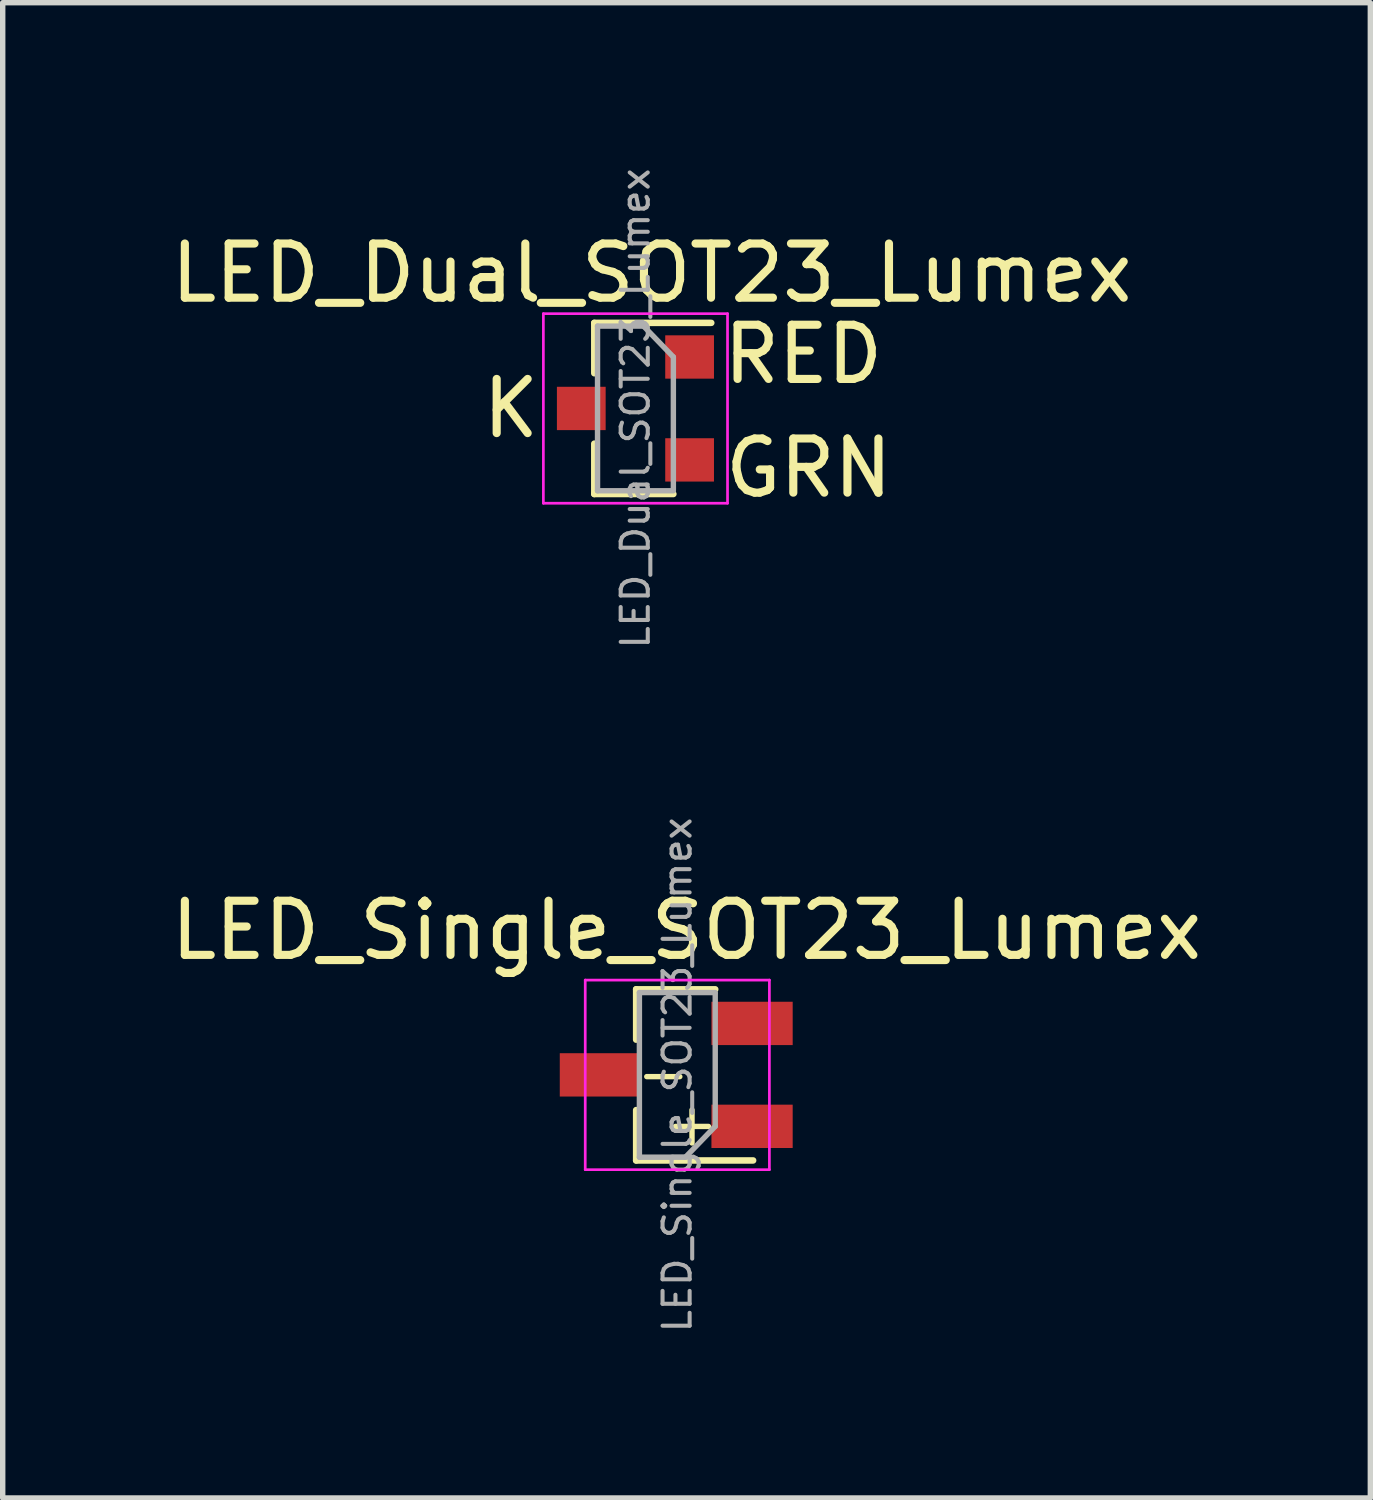
<source format=kicad_pcb>
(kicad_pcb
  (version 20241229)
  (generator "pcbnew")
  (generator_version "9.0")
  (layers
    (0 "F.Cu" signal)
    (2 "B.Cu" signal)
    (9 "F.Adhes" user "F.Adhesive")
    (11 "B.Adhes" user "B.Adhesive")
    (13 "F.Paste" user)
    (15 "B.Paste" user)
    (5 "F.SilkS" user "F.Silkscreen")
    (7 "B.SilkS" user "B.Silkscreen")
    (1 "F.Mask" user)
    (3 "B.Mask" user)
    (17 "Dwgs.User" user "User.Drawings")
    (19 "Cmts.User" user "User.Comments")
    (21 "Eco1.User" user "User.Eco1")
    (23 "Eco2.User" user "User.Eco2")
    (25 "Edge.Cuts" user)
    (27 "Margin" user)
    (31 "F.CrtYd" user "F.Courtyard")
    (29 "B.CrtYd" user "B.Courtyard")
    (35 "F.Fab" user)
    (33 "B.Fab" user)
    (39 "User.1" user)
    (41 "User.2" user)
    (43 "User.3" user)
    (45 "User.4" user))
  (footprint "LED_Dual_SOT23_Lumex"
    (layer "F.Cu")
    (at 8.682 4.391)
    (property "Reference" "LED_Dual_SOT23_Lumex" (at 0.3 -2.4 0) (layer "F.SilkS") (effects (font (size 1 1) (thickness 0.15))))
    (attr through_hole)
    (fp_line (start -0.76 -1.48) (end -0.76 -0.55) (stroke (width 0.12) (type solid)) (layer "F.SilkS"))
    (fp_line (start -0.76 -1.48) (end 1.4 -1.48) (stroke (width 0.12) (type solid)) (layer "F.SilkS"))
    (fp_line (start -0.76 1.68) (end -0.76 0.75) (stroke (width 0.12) (type solid)) (layer "F.SilkS"))
    (fp_line (start -0.76 1.68) (end 0.7 1.68) (stroke (width 0.12) (type solid)) (layer "F.SilkS"))
    (fp_line (start -1.7 1.85) (end -1.7 -1.65) (stroke (width 0.05) (type solid)) (layer "F.CrtYd"))
    (fp_line (start 1.7 -1.65) (end -1.7 -1.65) (stroke (width 0.05) (type solid)) (layer "F.CrtYd"))
    (fp_line (start 1.7 -1.65) (end 1.7 1.85) (stroke (width 0.05) (type solid)) (layer "F.CrtYd"))
    (fp_line (start 1.7 1.85) (end -1.7 1.85) (stroke (width 0.05) (type solid)) (layer "F.CrtYd"))
    (fp_line (start -0.7 -1.42) (end -0.7 1.62) (stroke (width 0.1) (type solid)) (layer "F.Fab"))
    (fp_line (start 0.15 -1.42) (end -0.7 -1.42) (stroke (width 0.1) (type solid)) (layer "F.Fab"))
    (fp_line (start 0.7 -0.85) (end 0.15 -1.42) (stroke (width 0.1) (type solid)) (layer "F.Fab"))
    (fp_line (start 0.7 -0.85) (end 0.7 1.6) (stroke (width 0.1) (type solid)) (layer "F.Fab"))
    (fp_line (start 0.7 1.62) (end -0.7 1.62) (stroke (width 0.1) (type solid)) (layer "F.Fab"))
    (fp_text user "RED" (at 3.1 -0.9 0) (layer "F.SilkS") (effects (font (size 1 1) (thickness 0.15))))
    (fp_text user "GRN" (at 3.2 1.2 0) (layer "F.SilkS") (effects (font (size 1 1) (thickness 0.15))))
    (fp_text user "K" (at -2.3 0.1 0) (layer "F.SilkS") (effects (font (size 1 1) (thickness 0.15))))
    (fp_text user "${REFERENCE}" (at 0 0.1 90) (layer "F.Fab") (effects (font (size 0.5 0.5) (thickness 0.075))))
    (pad "1" smd rect (at 1 -0.85) (size 0.9 0.8) (layers "F.Cu" "F.Mask" "F.Paste"))
    (pad "2" smd rect (at 1 1.05) (size 0.9 0.8) (layers "F.Cu" "F.Mask" "F.Paste"))
    (pad "3" smd rect (at -1 0.1) (size 0.9 0.8) (layers "F.Cu" "F.Mask" "F.Paste")))
  (footprint "LED_Single_SOT23_Lumex"
    (layer "F.Cu")
    (at 9.445 16.795)
    (property "Reference" "LED_Single_SOT23_Lumex" (at 0.18 -2.67 0) (layer "F.SilkS") (effects (font (size 1 1) (thickness 0.15))))
    (attr through_hole)
    (fp_line (start -0.75 -1.58) (end -0.75 -0.65) (stroke (width 0.12) (type solid)) (layer "F.SilkS"))
    (fp_line (start -0.75 -1.58) (end 0.71 -1.58) (stroke (width 0.12) (type solid)) (layer "F.SilkS"))
    (fp_line (start -0.75 1.58) (end -0.75 0.65) (stroke (width 0.12) (type solid)) (layer "F.SilkS"))
    (fp_line (start -0.75 1.58) (end 1.41 1.58) (stroke (width 0.12) (type solid)) (layer "F.SilkS"))
    (fp_line (start -1.69 -1.75) (end 1.71 -1.75) (stroke (width 0.05) (type solid)) (layer "F.CrtYd"))
    (fp_line (start -1.69 1.75) (end -1.69 -1.75) (stroke (width 0.05) (type solid)) (layer "F.CrtYd"))
    (fp_line (start 1.71 -1.75) (end 1.71 1.75) (stroke (width 0.05) (type solid)) (layer "F.CrtYd"))
    (fp_line (start 1.71 1.75) (end -1.69 1.75) (stroke (width 0.05) (type solid)) (layer "F.CrtYd"))
    (fp_line (start -0.69 1.52) (end -0.69 -1.52) (stroke (width 0.1) (type solid)) (layer "F.Fab"))
    (fp_line (start 0.16 1.52) (end -0.69 1.52) (stroke (width 0.1) (type solid)) (layer "F.Fab"))
    (fp_line (start 0.71 -1.52) (end -0.69 -1.52) (stroke (width 0.1) (type solid)) (layer "F.Fab"))
    (fp_line (start 0.71 0.95) (end 0.16 1.52) (stroke (width 0.1) (type solid)) (layer "F.Fab"))
    (fp_line (start 0.71 0.95) (end 0.71 -1.5) (stroke (width 0.1) (type solid)) (layer "F.Fab"))
    (fp_text user "+" (at -0.28 1.36 0) (unlocked yes) (layer "F.SilkS") (effects (font (size 0.8 0.8) (thickness 0.1)) (justify left bottom)))
    (fp_text user "-" (at -0.81 0.44 0) (unlocked yes) (layer "F.SilkS") (effects (font (size 0.8 0.8) (thickness 0.1)) (justify left bottom)))
    (fp_text user "${REFERENCE}" (at 0.01 0 270) (layer "F.Fab") (effects (font (size 0.5 0.5) (thickness 0.075))))
    (pad "1" smd rect (at 1.39 -0.95 180) (size 1.5 0.8) (layers "F.Cu" "F.Mask" "F.Paste"))
    (pad "2" smd rect (at 1.39 0.95 180) (size 1.5 0.8) (layers "F.Cu" "F.Mask" "F.Paste"))
    (pad "3" smd rect (at -1.41 0 180) (size 1.5 0.8) (layers "F.Cu" "F.Mask" "F.Paste")))
  (gr_rect
    (start -3 -3)
    (end 22.25 24.607)
    (stroke (width 0.1) (type default))
    (fill no)
    (layer "Edge.Cuts")))
</source>
